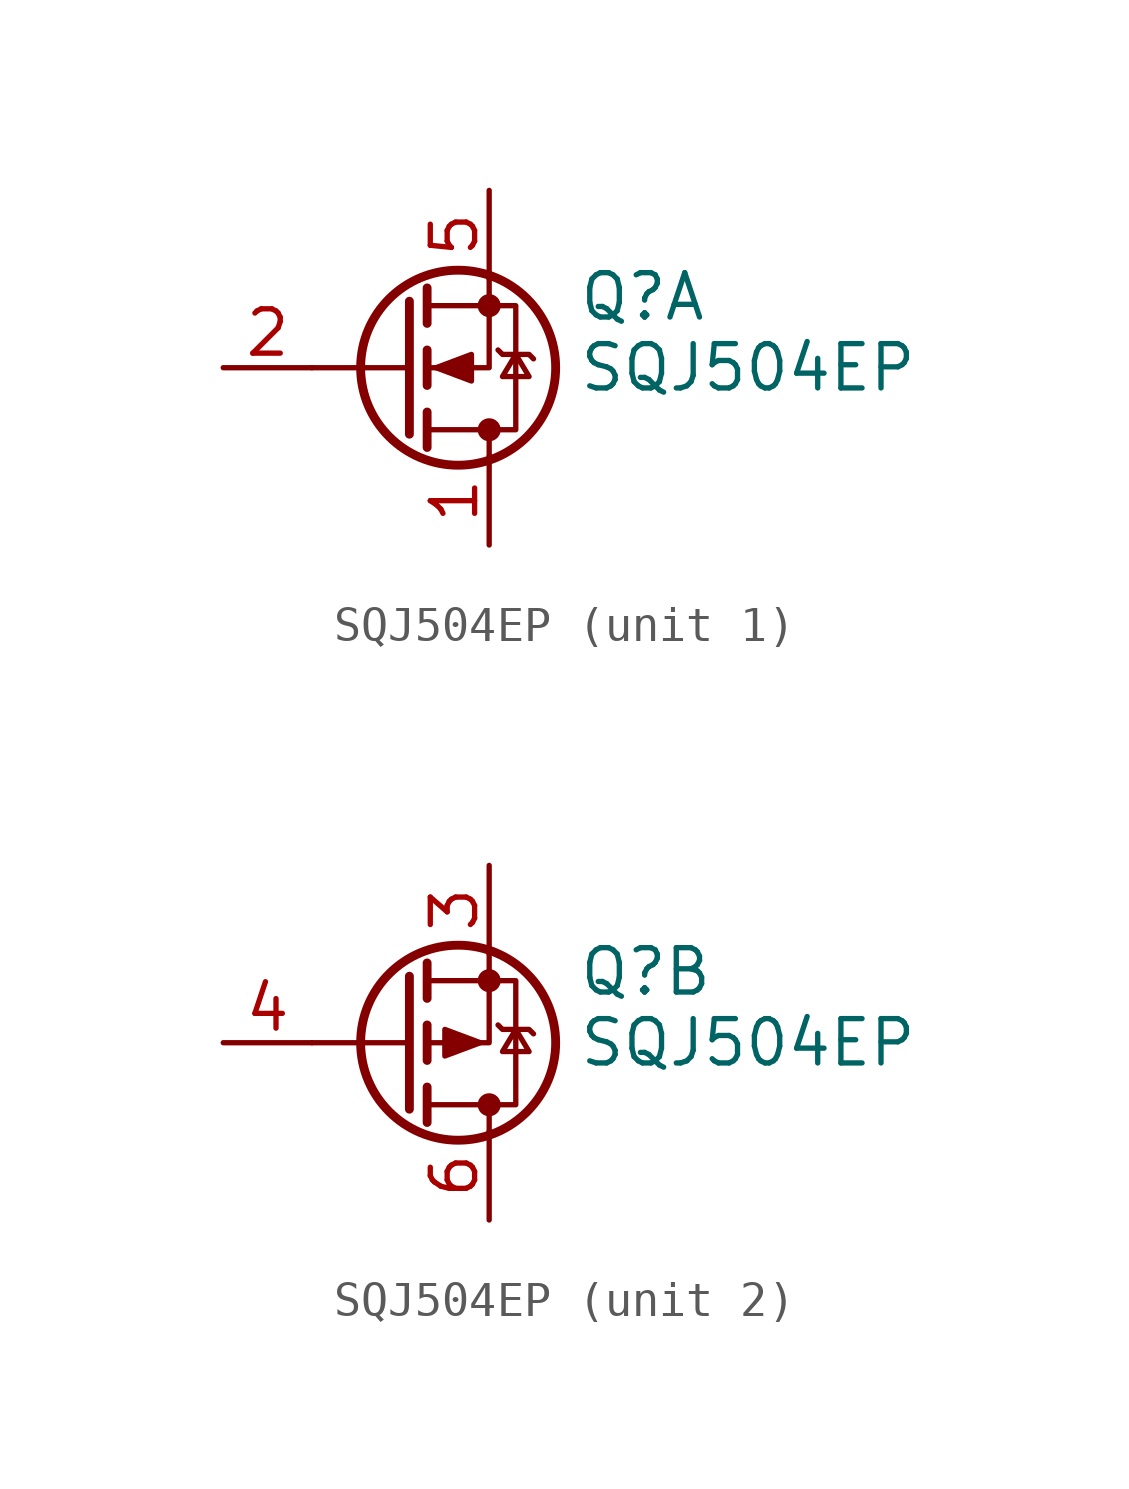
<source format=kicad_sym>
(kicad_symbol_lib
  (version 20241209)
  (generator "kicad_symbol_editor")
  (generator_version "9.0")
  (symbol "SQJ504EP"
    (pin_names
      (hide yes))
    (property "Reference" "Q"
      (at 5.08 2.032 0)
      (effects (font (size 1.27 1.27)) (justify left)))
    (property "Value" "SQJ504EP"
      (at 5.08 0 0)
      (effects (font (size 1.27 1.27)) (justify left)))
    (symbol "SQJ504EP_0_1"
      (polyline (pts (xy 0.254 0) (xy -2.54 0)) (stroke (width 0) (type default)) (fill (type none)))
      (polyline (pts (xy 0.254 -1.905) (xy 0.254 1.905)) (stroke (width 0.254) (type default)) (fill (type none)))
      (polyline (pts (xy 0.762 1.778) (xy 3.302 1.778) (xy 3.302 -1.778) (xy 0.762 -1.778)) (stroke (width 0) (type default)) (fill (type none)))
      (polyline (pts (xy 0.762 1.27) (xy 0.762 2.286)) (stroke (width 0.254) (type default)) (fill (type none)))
      (polyline (pts (xy 0.762 -0.508) (xy 0.762 0.508)) (stroke (width 0.254) (type default)) (fill (type none)))
      (polyline (pts (xy 0.762 -2.286) (xy 0.762 -1.27)) (stroke (width 0.254) (type default)) (fill (type none)))
      (circle (center 1.651 0) (radius 2.794) (stroke (width 0.254) (type default)) (fill (type none)))
      (polyline (pts (xy 2.54 2.54) (xy 2.54 0) (xy 0.762 0)) (stroke (width 0) (type default)) (fill (type none)))
      (circle (center 2.54 1.778) (radius 0.254) (stroke (width 0) (type default)) (fill (type outline)))
      (circle (center 2.54 -1.778) (radius 0.254) (stroke (width 0) (type default)) (fill (type outline)))
      (polyline (pts (xy 2.54 -2.54) (xy 2.54 -1.778)) (stroke (width 0) (type default)) (fill (type none))))
    (symbol "SQJ504EP_1_1"
      (polyline (pts (xy 1.016 0) (xy 2.032 0.381) (xy 2.032 -0.381) (xy 1.016 0)) (stroke (width 0) (type default)) (fill (type outline)))
      (polyline (pts (xy 2.794 0.508) (xy 2.921 0.381) (xy 3.683 0.381) (xy 3.81 0.254)) (stroke (width 0) (type default)) (fill (type none)))
      (polyline (pts (xy 3.302 0.381) (xy 2.921 -0.254) (xy 3.683 -0.254) (xy 3.302 0.381)) (stroke (width 0) (type default)) (fill (type none)))
      (pin input line (at -5.08 0 0) (length 2.54) (name "G" (effects (font (size 1.27 1.27)))) (number "2" (effects (font (size 1.27 1.27)))))
      (pin passive line (at 2.54 5.08 270) (length 2.54) (name "D" (effects (font (size 1.27 1.27)))) (number "5" (effects (font (size 1.27 1.27)))))
      (pin passive line (at 2.54 -5.08 90) (length 2.54) (name "S" (effects (font (size 1.27 1.27)))) (number "1" (effects (font (size 1.27 1.27))))))
    (symbol "SQJ504EP_2_1"
      (polyline (pts (xy 2.286 0) (xy 1.27 -0.381) (xy 1.27 0.381) (xy 2.286 0)) (stroke (width 0) (type default)) (fill (type outline)))
      (polyline (pts (xy 2.794 0.508) (xy 2.921 0.381) (xy 3.683 0.381) (xy 3.81 0.254)) (stroke (width 0) (type default)) (fill (type none)))
      (polyline (pts (xy 3.302 0.381) (xy 2.921 -0.254) (xy 3.683 -0.254) (xy 3.302 0.381)) (stroke (width 0) (type default)) (fill (type none)))
      (pin input line (at -5.08 0 0) (length 2.54) (name "G" (effects (font (size 1.27 1.27)))) (number "4" (effects (font (size 1.27 1.27)))))
      (pin passive line (at 2.54 5.08 270) (length 2.54) (name "1" (effects (font (size 1.27 1.27)))) (number "3" (effects (font (size 1.27 1.27)))))
      (pin passive line (at 2.54 -5.08 90) (length 2.54) (name "D" (effects (font (size 1.27 1.27)))) (number "6" (effects (font (size 1.27 1.27))))))))
</source>
